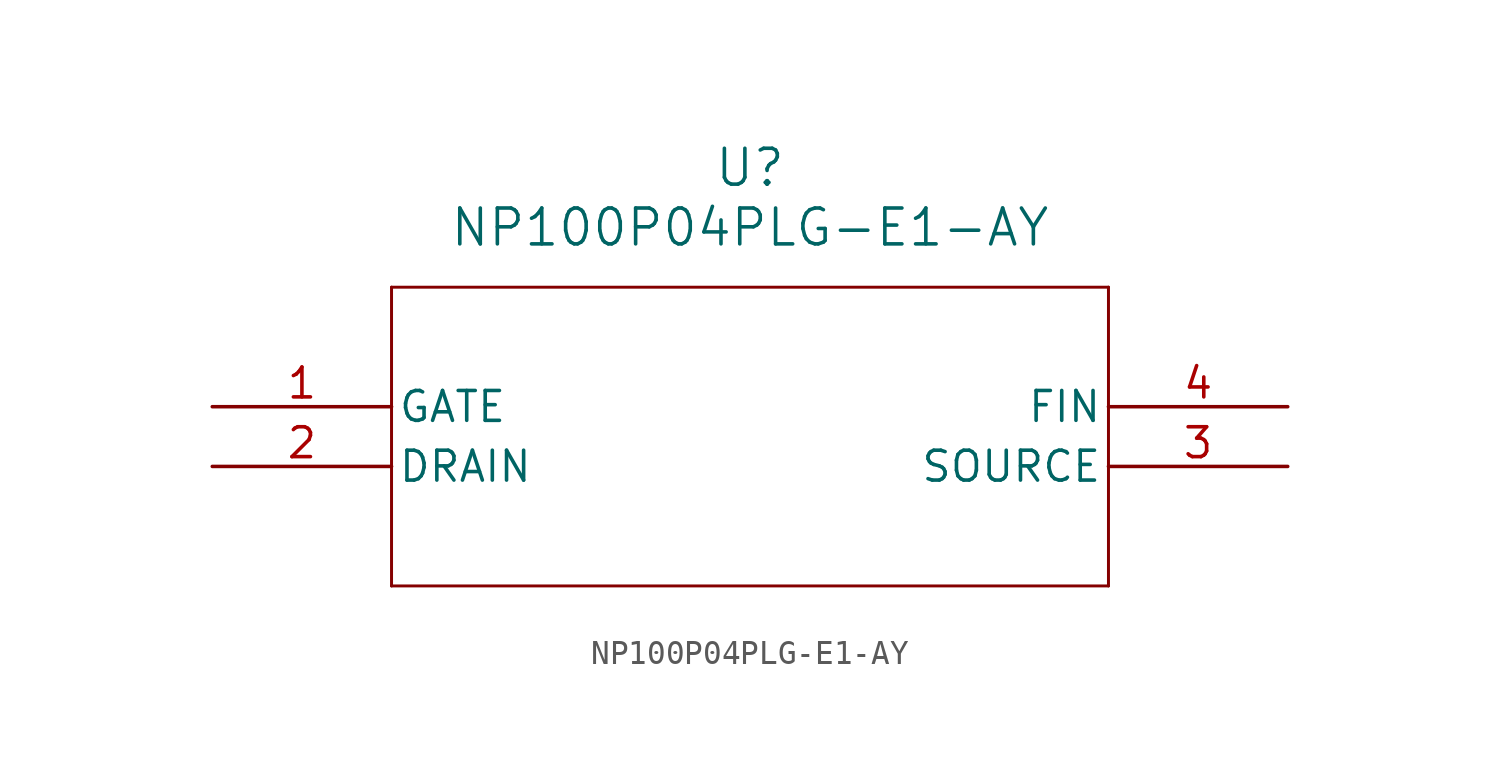
<source format=kicad_sym>
(kicad_symbol_lib
  (version 20211014)
  (generator kicad_symbol_editor)
  (symbol "NP100P04PLG-E1-AY"
    (pin_names
      (offset 0.254))
    (property "Reference" "U"
      (at 22.86 10.16 0)
      (effects (font (size 1.524 1.524))))
    (property "Value" "NP100P04PLG-E1-AY"
      (at 22.86 7.62 0)
      (effects (font (size 1.524 1.524))))
    (symbol "NP100P04PLG-E1-AY_0_1"
      (polyline (pts (xy 7.62 5.08) (xy 7.62 -7.62)) (stroke (width .127) (type default) (color 0 0 0 0)) (fill (type none)))
      (polyline (pts (xy 7.62 -7.62) (xy 38.1 -7.62)) (stroke (width .127) (type default) (color 0 0 0 0)) (fill (type none)))
      (polyline (pts (xy 38.1 -7.62) (xy 38.1 5.08)) (stroke (width .127) (type default) (color 0 0 0 0)) (fill (type none)))
      (polyline (pts (xy 38.1 5.08) (xy 7.62 5.08)) (stroke (width .127) (type default) (color 0 0 0 0)) (fill (type none)))
      (pin unspecified line (at 0 0 0) (length 7.62) (name "GATE" (effects (font (size 1.27 1.27)))) (number "1" (effects (font (size 1.27 1.27)))))
      (pin unspecified line (at 0 -2.54 0) (length 7.62) (name "DRAIN" (effects (font (size 1.27 1.27)))) (number "2" (effects (font (size 1.27 1.27)))))
      (pin unspecified line (at 45.72 -2.54 180) (length 7.62) (name "SOURCE" (effects (font (size 1.27 1.27)))) (number "3" (effects (font (size 1.27 1.27)))))
      (pin unspecified line (at 45.72 0 180) (length 7.62) (name "FIN" (effects (font (size 1.27 1.27)))) (number "4" (effects (font (size 1.27 1.27))))))))
</source>
